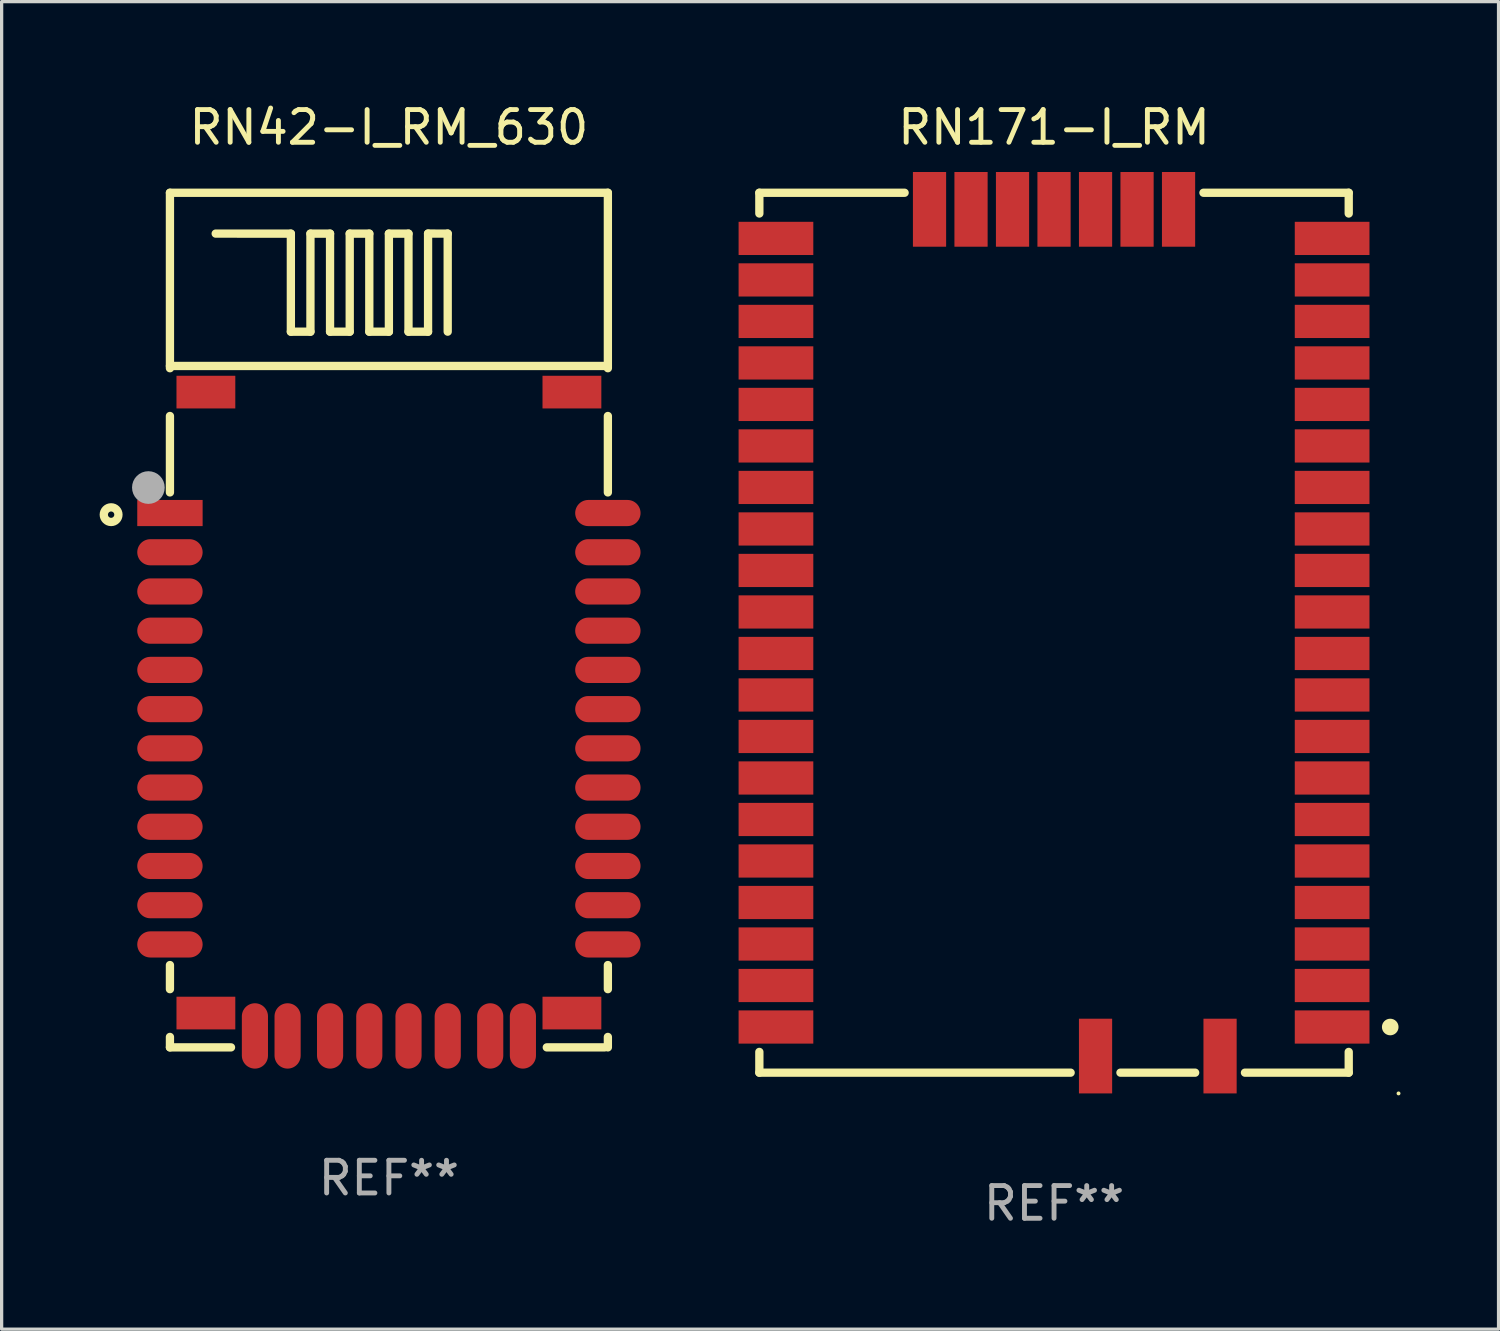
<source format=kicad_pcb>
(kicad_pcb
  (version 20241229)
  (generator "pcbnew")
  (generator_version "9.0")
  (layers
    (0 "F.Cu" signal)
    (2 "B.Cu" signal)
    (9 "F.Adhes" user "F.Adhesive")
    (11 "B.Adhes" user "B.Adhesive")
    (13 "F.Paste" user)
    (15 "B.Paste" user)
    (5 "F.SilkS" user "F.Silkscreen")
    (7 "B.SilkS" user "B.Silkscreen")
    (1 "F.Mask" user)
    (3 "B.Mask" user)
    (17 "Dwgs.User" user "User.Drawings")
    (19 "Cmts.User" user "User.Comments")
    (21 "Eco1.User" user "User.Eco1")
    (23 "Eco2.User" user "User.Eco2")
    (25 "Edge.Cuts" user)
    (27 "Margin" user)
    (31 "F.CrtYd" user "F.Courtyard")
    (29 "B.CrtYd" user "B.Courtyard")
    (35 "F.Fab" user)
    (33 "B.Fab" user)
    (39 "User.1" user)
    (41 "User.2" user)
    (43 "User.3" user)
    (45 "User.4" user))
  (footprint "RN42-I_RM_630"
    (layer "F.Cu")
    (at 8.85 15.923)
    (property "Reference" "RN42-I_RM_630" (at 0 -15.075 0) (layer "F.SilkS") (effects (font (size 1 1) (thickness 0.15))))
    (attr through_hole)
    (fp_line (start -6.7 -13.075) (end -6.7 -7.706) (stroke (width 0.254) (type solid)) (layer "F.SilkS"))
    (fp_line (start -6.7 -13.075) (end 6.7 -13.075) (stroke (width 0.254) (type solid)) (layer "F.SilkS"))
    (fp_line (start -6.7 -7.775) (end 6.7 -7.775) (stroke (width 0.254) (type solid)) (layer "F.SilkS"))
    (fp_line (start -6.7 -6.244) (end -6.7 -3.906) (stroke (width 0.254) (type solid)) (layer "F.SilkS"))
    (fp_line (start -6.7 10.556) (end -6.7 11.294) (stroke (width 0.254) (type solid)) (layer "F.SilkS"))
    (fp_line (start -6.7 12.756) (end -6.7 13.075) (stroke (width 0.254) (type solid)) (layer "F.SilkS"))
    (fp_line (start -6.7 13.075) (end -4.831 13.075) (stroke (width 0.254) (type solid)) (layer "F.SilkS"))
    (fp_line (start -5.3 -11.825) (end -3 -11.824) (stroke (width 0.254) (type solid)) (layer "F.SilkS"))
    (fp_line (start -3 -11.824) (end -3 -8.824) (stroke (width 0.254) (type solid)) (layer "F.SilkS"))
    (fp_line (start -3 -8.824) (end -2.401 -8.824) (stroke (width 0.254) (type solid)) (layer "F.SilkS"))
    (fp_line (start -2.401 -11.824) (end -1.801 -11.824) (stroke (width 0.254) (type solid)) (layer "F.SilkS"))
    (fp_line (start -2.401 -8.824) (end -2.401 -11.824) (stroke (width 0.254) (type solid)) (layer "F.SilkS"))
    (fp_line (start -1.801 -11.824) (end -1.801 -8.824) (stroke (width 0.254) (type solid)) (layer "F.SilkS"))
    (fp_line (start -1.801 -8.824) (end -1.199 -8.824) (stroke (width 0.254) (type solid)) (layer "F.SilkS"))
    (fp_line (start -1.199 -11.824) (end -0.6 -11.824) (stroke (width 0.254) (type solid)) (layer "F.SilkS"))
    (fp_line (start -1.199 -8.824) (end -1.199 -11.824) (stroke (width 0.254) (type solid)) (layer "F.SilkS"))
    (fp_line (start -0.6 -11.824) (end -0.6 -8.824) (stroke (width 0.254) (type solid)) (layer "F.SilkS"))
    (fp_line (start -0.6 -8.824) (end -0.000457 -8.824) (stroke (width 0.254) (type solid)) (layer "F.SilkS"))
    (fp_line (start -0.000457 -11.824) (end 0.599 -11.824) (stroke (width 0.254) (type solid)) (layer "F.SilkS"))
    (fp_line (start -0.000457 -8.824) (end -0.000457 -11.824) (stroke (width 0.254) (type solid)) (layer "F.SilkS"))
    (fp_line (start 0.599 -11.824) (end 0.599 -8.824) (stroke (width 0.254) (type solid)) (layer "F.SilkS"))
    (fp_line (start 0.599 -8.824) (end 1.198 -8.824) (stroke (width 0.254) (type solid)) (layer "F.SilkS"))
    (fp_line (start 1.198 -11.826) (end 1.799 -11.825) (stroke (width 0.254) (type solid)) (layer "F.SilkS"))
    (fp_line (start 1.198 -8.824) (end 1.198 -11.826) (stroke (width 0.254) (type solid)) (layer "F.SilkS"))
    (fp_line (start 1.799 -11.825) (end 1.799 -8.825) (stroke (width 0.254) (type solid)) (layer "F.SilkS"))
    (fp_line (start 4.831 13.075) (end 6.6 13.075) (stroke (width 0.254) (type solid)) (layer "F.SilkS"))
    (fp_line (start 6.7 -13.075) (end 6.7 -7.706) (stroke (width 0.254) (type solid)) (layer "F.SilkS"))
    (fp_line (start 6.7 -6.244) (end 6.7 -3.906) (stroke (width 0.254) (type solid)) (layer "F.SilkS"))
    (fp_line (start 6.7 10.556) (end 6.7 11.294) (stroke (width 0.254) (type solid)) (layer "F.SilkS"))
    (fp_line (start 6.7 12.756) (end 6.7 13.075) (stroke (width 0.254) (type solid)) (layer "F.SilkS"))
    (fp_circle (center -8.5 -3.225) (end -8.276 -3.225) (stroke (width 0.254) (type solid)) (fill no) (layer "F.SilkS"))
    (fp_circle (center -6.7 -13.075) (end -6.67 -13.075) (stroke (width 0.06) (type solid)) (fill no) (layer "F.SilkS"))
    (fp_circle (center -7.36 -4.055) (end -7.11 -4.055) (stroke (width 0.5) (type solid)) (fill no) (layer "F.Fab"))
    (fp_text user "REF**" (at 0 17.075 0) (layer "F.Fab") (effects (font (size 1 1) (thickness 0.15))))
    (pad "1" smd rect (at -6.7 -3.275) (size 2 0.8) (layers "F.Cu" "F.Mask" "F.Paste"))
    (pad "2" smd oval (at -6.7 -2.075) (size 2 0.8) (layers "F.Cu" "F.Mask" "F.Paste"))
    (pad "3" smd oval (at -6.7 -0.875) (size 2 0.8) (layers "F.Cu" "F.Mask" "F.Paste"))
    (pad "4" smd oval (at -6.7 0.325) (size 2 0.8) (layers "F.Cu" "F.Mask" "F.Paste"))
    (pad "5" smd oval (at -6.7 1.525) (size 2 0.8) (layers "F.Cu" "F.Mask" "F.Paste"))
    (pad "6" smd oval (at -6.7 2.725) (size 2 0.8) (layers "F.Cu" "F.Mask" "F.Paste"))
    (pad "7" smd oval (at -6.7 3.925) (size 2 0.8) (layers "F.Cu" "F.Mask" "F.Paste"))
    (pad "8" smd oval (at -6.7 5.125) (size 2 0.8) (layers "F.Cu" "F.Mask" "F.Paste"))
    (pad "9" smd oval (at -6.7 6.325) (size 2 0.8) (layers "F.Cu" "F.Mask" "F.Paste"))
    (pad "10" smd oval (at -6.7 7.525) (size 2 0.8) (layers "F.Cu" "F.Mask" "F.Paste"))
    (pad "11" smd oval (at -6.7 8.725) (size 2 0.8) (layers "F.Cu" "F.Mask" "F.Paste"))
    (pad "12" smd oval (at -6.7 9.925) (size 2 0.8) (layers "F.Cu" "F.Mask" "F.Paste"))
    (pad "13" smd oval (at 6.7 9.925) (size 2 0.8) (layers "F.Cu" "F.Mask" "F.Paste"))
    (pad "14" smd oval (at 6.7 8.725) (size 2 0.8) (layers "F.Cu" "F.Mask" "F.Paste"))
    (pad "15" smd oval (at 6.7 7.525) (size 2 0.8) (layers "F.Cu" "F.Mask" "F.Paste"))
    (pad "16" smd oval (at 6.7 6.325) (size 2 0.8) (layers "F.Cu" "F.Mask" "F.Paste"))
    (pad "17" smd oval (at 6.7 5.125) (size 2 0.8) (layers "F.Cu" "F.Mask" "F.Paste"))
    (pad "18" smd oval (at 6.7 3.925) (size 2 0.8) (layers "F.Cu" "F.Mask" "F.Paste"))
    (pad "19" smd oval (at 6.7 2.725) (size 2 0.8) (layers "F.Cu" "F.Mask" "F.Paste"))
    (pad "20" smd oval (at 6.7 1.525) (size 2 0.8) (layers "F.Cu" "F.Mask" "F.Paste"))
    (pad "21" smd oval (at 6.7 0.325) (size 2 0.8) (layers "F.Cu" "F.Mask" "F.Paste"))
    (pad "22" smd oval (at 6.7 -0.875) (size 2 0.8) (layers "F.Cu" "F.Mask" "F.Paste"))
    (pad "23" smd oval (at 6.7 -2.075) (size 2 0.8) (layers "F.Cu" "F.Mask" "F.Paste"))
    (pad "24" smd oval (at 6.7 -3.275) (size 2 0.8) (layers "F.Cu" "F.Mask" "F.Paste"))
    (pad "28" smd oval (at 3.1 12.725 90) (size 2 0.8) (layers "F.Cu" "F.Mask" "F.Paste"))
    (pad "29" smd oval (at -3.1 12.725 90) (size 2 0.8) (layers "F.Cu" "F.Mask" "F.Paste"))
    (pad "30" smd oval (at 4.1 12.725 90) (size 2 0.8) (layers "F.Cu" "F.Mask" "F.Paste"))
    (pad "31" smd oval (at 1.8 12.725 90) (size 2 0.8) (layers "F.Cu" "F.Mask" "F.Paste"))
    (pad "32" smd oval (at 0.6 12.725 90) (size 2 0.8) (layers "F.Cu" "F.Mask" "F.Paste"))
    (pad "33" smd oval (at -0.6 12.725 90) (size 2 0.8) (layers "F.Cu" "F.Mask" "F.Paste"))
    (pad "34" smd oval (at -1.8 12.725 90) (size 2 0.8) (layers "F.Cu" "F.Mask" "F.Paste"))
    (pad "35" smd oval (at -4.1 12.725 90) (size 2 0.8) (layers "F.Cu" "F.Mask" "F.Paste"))
    (pad "36" smd rect (at -5.6 -6.975) (size 1.8 1) (layers "F.Cu" "F.Mask" "F.Paste"))
    (pad "36" smd rect (at -5.6 12.025) (size 1.8 1) (layers "F.Cu" "F.Mask" "F.Paste"))
    (pad "36" smd rect (at 5.6 -6.975) (size 1.8 1) (layers "F.Cu" "F.Mask" "F.Paste"))
    (pad "36" smd rect (at 5.6 12.025) (size 1.8 1) (layers "F.Cu" "F.Mask" "F.Paste")))
  (footprint "RN171-I_RM"
    (layer "F.Cu")
    (at 29.202 16.31)
    (property "Reference" "RN171-I_RM" (at 0 -15.462 0) (layer "F.SilkS") (effects (font (size 1 1) (thickness 0.15))))
    (attr through_hole)
    (fp_line (start 0 -12.7) (end 0 -13.157) (stroke (width 0.305) (type solid)) (layer "F.Cu"))
    (fp_line (start -9.017 -13.462) (end -9.017 -12.827) (stroke (width 0.254) (type solid)) (layer "F.SilkS"))
    (fp_line (start -9.017 -13.462) (end -4.572 -13.462) (stroke (width 0.254) (type solid)) (layer "F.SilkS"))
    (fp_line (start -9.017 13.462) (end -9.017 12.827) (stroke (width 0.254) (type solid)) (layer "F.SilkS"))
    (fp_line (start 0.508 13.462) (end -9.017 13.462) (stroke (width 0.254) (type solid)) (layer "F.SilkS"))
    (fp_line (start 4.318 13.462) (end 2.032 13.462) (stroke (width 0.254) (type solid)) (layer "F.SilkS"))
    (fp_line (start 4.572 -13.462) (end 9.017 -13.462) (stroke (width 0.254) (type solid)) (layer "F.SilkS"))
    (fp_line (start 9.017 -13.462) (end 9.017 -12.827) (stroke (width 0.254) (type solid)) (layer "F.SilkS"))
    (fp_line (start 9.017 12.827) (end 9.017 13.462) (stroke (width 0.254) (type solid)) (layer "F.SilkS"))
    (fp_line (start 9.017 13.462) (end 5.842 13.462) (stroke (width 0.254) (type solid)) (layer "F.SilkS"))
    (fp_circle (center 10.287 12.065) (end 10.414 12.065) (stroke (width 0.254) (type solid)) (fill no) (layer "F.SilkS"))
    (fp_circle (center 10.541 14.097) (end 10.571 14.097) (stroke (width 0.06) (type solid)) (fill no) (layer "F.SilkS"))
    (fp_text user "REF**" (at 0 17.462 0) (layer "F.Fab") (effects (font (size 1 1) (thickness 0.15))))
    (pad "1" smd rect (at 8.509 12.065 90) (size 1.016 2.286) (layers "F.Cu" "F.Mask" "F.Paste"))
    (pad "2" smd rect (at 8.509 10.795 90) (size 1.016 2.286) (layers "F.Cu" "F.Mask" "F.Paste"))
    (pad "3" smd rect (at 8.509 9.525 90) (size 1.016 2.286) (layers "F.Cu" "F.Mask" "F.Paste"))
    (pad "4" smd rect (at 8.509 8.255 90) (size 1.016 2.286) (layers "F.Cu" "F.Mask" "F.Paste"))
    (pad "5" smd rect (at 8.509 6.985 90) (size 1.016 2.286) (layers "F.Cu" "F.Mask" "F.Paste"))
    (pad "6" smd rect (at 8.509 5.715 90) (size 1.016 2.286) (layers "F.Cu" "F.Mask" "F.Paste"))
    (pad "7" smd rect (at 8.509 4.445 90) (size 1.016 2.286) (layers "F.Cu" "F.Mask" "F.Paste"))
    (pad "8" smd rect (at 8.509 3.175 90) (size 1.016 2.286) (layers "F.Cu" "F.Mask" "F.Paste"))
    (pad "9" smd rect (at 8.509 1.905 90) (size 1.016 2.286) (layers "F.Cu" "F.Mask" "F.Paste"))
    (pad "10" smd rect (at 8.509 0.635 90) (size 1.016 2.286) (layers "F.Cu" "F.Mask" "F.Paste"))
    (pad "11" smd rect (at 8.509 -0.635 90) (size 1.016 2.286) (layers "F.Cu" "F.Mask" "F.Paste"))
    (pad "12" smd rect (at 8.509 -1.905 90) (size 1.016 2.286) (layers "F.Cu" "F.Mask" "F.Paste"))
    (pad "13" smd rect (at 8.509 -3.175 90) (size 1.016 2.286) (layers "F.Cu" "F.Mask" "F.Paste"))
    (pad "14" smd rect (at 8.509 -4.445 90) (size 1.016 2.286) (layers "F.Cu" "F.Mask" "F.Paste"))
    (pad "15" smd rect (at 8.509 -5.715 90) (size 1.016 2.286) (layers "F.Cu" "F.Mask" "F.Paste"))
    (pad "16" smd rect (at 8.509 -6.985 90) (size 1.016 2.286) (layers "F.Cu" "F.Mask" "F.Paste"))
    (pad "17" smd rect (at 8.509 -8.255 90) (size 1.016 2.286) (layers "F.Cu" "F.Mask" "F.Paste"))
    (pad "18" smd rect (at 8.509 -9.525 90) (size 1.016 2.286) (layers "F.Cu" "F.Mask" "F.Paste"))
    (pad "19" smd rect (at 8.509 -10.795 90) (size 1.016 2.286) (layers "F.Cu" "F.Mask" "F.Paste"))
    (pad "20" smd rect (at 8.509 -12.065 90) (size 1.016 2.286) (layers "F.Cu" "F.Mask" "F.Paste"))
    (pad "21" smd rect (at 3.81 -12.954) (size 1.016 2.286) (layers "F.Cu" "F.Mask" "F.Paste"))
    (pad "22" smd rect (at 2.54 -12.954) (size 1.016 2.286) (layers "F.Cu" "F.Mask" "F.Paste"))
    (pad "23" smd rect (at 1.27 -12.954) (size 1.016 2.286) (layers "F.Cu" "F.Mask" "F.Paste"))
    (pad "24" smd rect (at 0 -12.954) (size 1.016 2.286) (layers "F.Cu" "F.Mask" "F.Paste"))
    (pad "25" smd rect (at -1.27 -12.954) (size 1.016 2.286) (layers "F.Cu" "F.Mask" "F.Paste"))
    (pad "26" smd rect (at -2.54 -12.954) (size 1.016 2.286) (layers "F.Cu" "F.Mask" "F.Paste"))
    (pad "27" smd rect (at -3.81 -12.954) (size 1.016 2.286) (layers "F.Cu" "F.Mask" "F.Paste"))
    (pad "28" smd rect (at -8.509 -12.065 90) (size 1.016 2.286) (layers "F.Cu" "F.Mask" "F.Paste"))
    (pad "29" smd rect (at -8.509 -10.795 90) (size 1.016 2.286) (layers "F.Cu" "F.Mask" "F.Paste"))
    (pad "30" smd rect (at -8.509 -9.525 90) (size 1.016 2.286) (layers "F.Cu" "F.Mask" "F.Paste"))
    (pad "31" smd rect (at -8.509 -8.255 90) (size 1.016 2.286) (layers "F.Cu" "F.Mask" "F.Paste"))
    (pad "32" smd rect (at -8.509 -6.985 90) (size 1.016 2.286) (layers "F.Cu" "F.Mask" "F.Paste"))
    (pad "33" smd rect (at -8.509 -5.715 90) (size 1.016 2.286) (layers "F.Cu" "F.Mask" "F.Paste"))
    (pad "34" smd rect (at -8.509 -4.445 90) (size 1.016 2.286) (layers "F.Cu" "F.Mask" "F.Paste"))
    (pad "35" smd rect (at -8.509 -3.175 90) (size 1.016 2.286) (layers "F.Cu" "F.Mask" "F.Paste"))
    (pad "36" smd rect (at -8.509 -1.905 90) (size 1.016 2.286) (layers "F.Cu" "F.Mask" "F.Paste"))
    (pad "37" smd rect (at -8.509 -0.635 90) (size 1.016 2.286) (layers "F.Cu" "F.Mask" "F.Paste"))
    (pad "38" smd rect (at -8.509 0.635 90) (size 1.016 2.286) (layers "F.Cu" "F.Mask" "F.Paste"))
    (pad "39" smd rect (at -8.509 1.905 90) (size 1.016 2.286) (layers "F.Cu" "F.Mask" "F.Paste"))
    (pad "40" smd rect (at -8.509 3.175 90) (size 1.016 2.286) (layers "F.Cu" "F.Mask" "F.Paste"))
    (pad "41" smd rect (at -8.509 4.445 90) (size 1.016 2.286) (layers "F.Cu" "F.Mask" "F.Paste"))
    (pad "42" smd rect (at -8.509 5.715 90) (size 1.016 2.286) (layers "F.Cu" "F.Mask" "F.Paste"))
    (pad "43" smd rect (at -8.509 6.985 90) (size 1.016 2.286) (layers "F.Cu" "F.Mask" "F.Paste"))
    (pad "44" smd rect (at -8.509 8.255 90) (size 1.016 2.286) (layers "F.Cu" "F.Mask" "F.Paste"))
    (pad "45" smd rect (at -8.509 9.525 90) (size 1.016 2.286) (layers "F.Cu" "F.Mask" "F.Paste"))
    (pad "46" smd rect (at -8.509 10.795 90) (size 1.016 2.286) (layers "F.Cu" "F.Mask" "F.Paste"))
    (pad "47" smd rect (at -8.509 12.065 90) (size 1.016 2.286) (layers "F.Cu" "F.Mask" "F.Paste"))
    (pad "48" smd rect (at 5.08 12.954 180) (size 1.016 2.286) (layers "F.Cu" "F.Mask" "F.Paste"))
    (pad "49" smd rect (at 1.27 12.954 180) (size 1.016 2.286) (layers "F.Cu" "F.Mask" "F.Paste")))
  (gr_rect
    (start -3 -3)
    (end 42.803 37.621)
    (stroke (width 0.1) (type default))
    (fill no)
    (layer "Edge.Cuts")))
</source>
